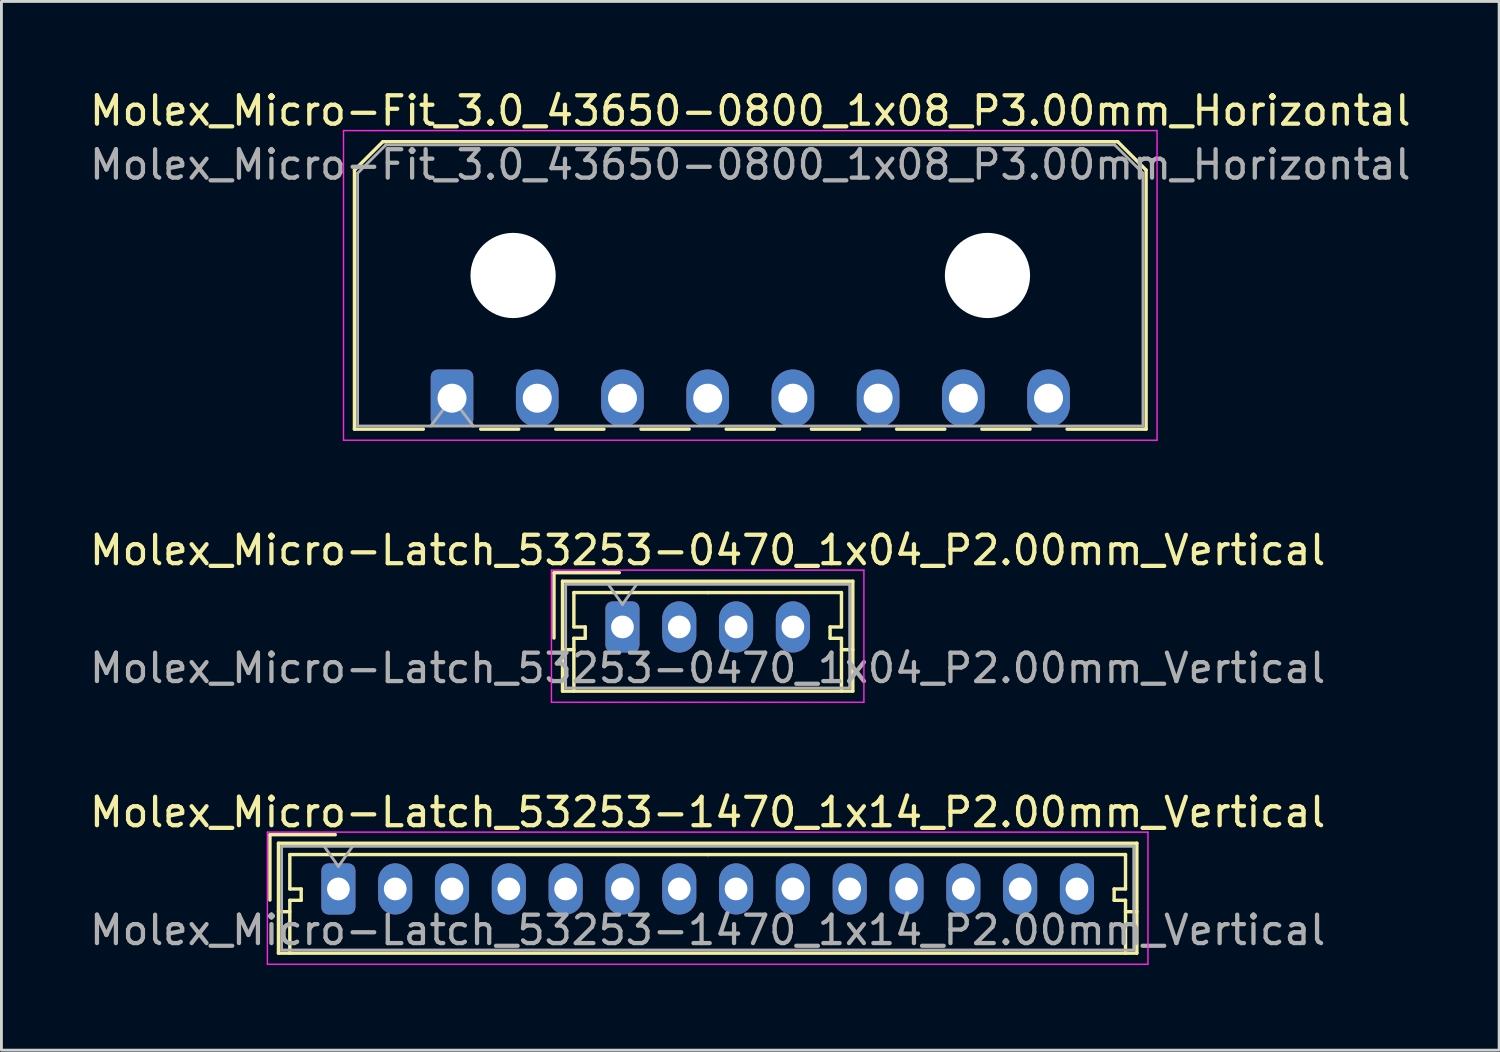
<source format=kicad_pcb>
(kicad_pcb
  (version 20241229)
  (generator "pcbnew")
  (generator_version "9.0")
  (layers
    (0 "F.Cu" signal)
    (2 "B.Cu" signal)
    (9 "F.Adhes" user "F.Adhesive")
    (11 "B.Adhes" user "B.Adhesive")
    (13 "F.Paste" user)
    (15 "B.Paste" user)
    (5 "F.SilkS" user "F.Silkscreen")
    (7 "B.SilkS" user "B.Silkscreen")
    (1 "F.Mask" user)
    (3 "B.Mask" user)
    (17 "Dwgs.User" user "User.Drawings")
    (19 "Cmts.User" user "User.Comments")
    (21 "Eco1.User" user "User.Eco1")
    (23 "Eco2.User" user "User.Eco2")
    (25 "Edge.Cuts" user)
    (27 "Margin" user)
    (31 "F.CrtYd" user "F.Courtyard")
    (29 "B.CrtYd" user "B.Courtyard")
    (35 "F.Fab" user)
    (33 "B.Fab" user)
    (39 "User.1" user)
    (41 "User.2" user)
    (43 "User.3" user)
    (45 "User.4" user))
  (footprint "Molex_Micro-Latch_53253-0470_1x04_P2.00mm_Vertical"
    (layer "F.Cu")
    (at 18.863 19.021)
    (property "Reference" "Molex_Micro-Latch_53253-0470_1x04_P2.00mm_Vertical" (at 3 -2.7 0) (layer "F.SilkS") (effects (font (size 1 1) (thickness 0.15))))
    (attr through_hole)
    (fp_line (start -2.41 -1.91) (end -2.41 0.39) (stroke (width 0.12) (type solid)) (layer "F.SilkS"))
    (fp_line (start -2.11 -1.61) (end -2.11 2.26) (stroke (width 0.12) (type solid)) (layer "F.SilkS"))
    (fp_line (start -2.11 0.8) (end -1.71 0.8) (stroke (width 0.12) (type solid)) (layer "F.SilkS"))
    (fp_line (start -2.11 2.26) (end 8.11 2.26) (stroke (width 0.12) (type solid)) (layer "F.SilkS"))
    (fp_line (start -1.71 -1.21) (end -1.71 0) (stroke (width 0.12) (type solid)) (layer "F.SilkS"))
    (fp_line (start -1.71 0) (end -1.31 0) (stroke (width 0.12) (type solid)) (layer "F.SilkS"))
    (fp_line (start -1.71 0.4) (end -1.71 2.26) (stroke (width 0.12) (type solid)) (layer "F.SilkS"))
    (fp_line (start -1.31 0) (end -1.31 0.4) (stroke (width 0.12) (type solid)) (layer "F.SilkS"))
    (fp_line (start -1.31 0.4) (end -1.71 0.4) (stroke (width 0.12) (type solid)) (layer "F.SilkS"))
    (fp_line (start -0.11 -1.91) (end -2.41 -1.91) (stroke (width 0.12) (type solid)) (layer "F.SilkS"))
    (fp_line (start 3 -1.21) (end -1.71 -1.21) (stroke (width 0.12) (type solid)) (layer "F.SilkS"))
    (fp_line (start 3 -1.21) (end 7.71 -1.21) (stroke (width 0.12) (type solid)) (layer "F.SilkS"))
    (fp_line (start 7.31 0) (end 7.31 0.4) (stroke (width 0.12) (type solid)) (layer "F.SilkS"))
    (fp_line (start 7.31 0.4) (end 7.71 0.4) (stroke (width 0.12) (type solid)) (layer "F.SilkS"))
    (fp_line (start 7.71 -1.21) (end 7.71 0) (stroke (width 0.12) (type solid)) (layer "F.SilkS"))
    (fp_line (start 7.71 0) (end 7.31 0) (stroke (width 0.12) (type solid)) (layer "F.SilkS"))
    (fp_line (start 7.71 0.4) (end 7.71 2.26) (stroke (width 0.12) (type solid)) (layer "F.SilkS"))
    (fp_line (start 8.11 -1.61) (end -2.11 -1.61) (stroke (width 0.12) (type solid)) (layer "F.SilkS"))
    (fp_line (start 8.11 0.8) (end 7.71 0.8) (stroke (width 0.12) (type solid)) (layer "F.SilkS"))
    (fp_line (start 8.11 2.26) (end 8.11 -1.61) (stroke (width 0.12) (type solid)) (layer "F.SilkS"))
    (fp_line (start -2.5 -2) (end -2.5 2.65) (stroke (width 0.05) (type solid)) (layer "F.CrtYd"))
    (fp_line (start -2.5 2.65) (end 8.5 2.65) (stroke (width 0.05) (type solid)) (layer "F.CrtYd"))
    (fp_line (start 8.5 -2) (end -2.5 -2) (stroke (width 0.05) (type solid)) (layer "F.CrtYd"))
    (fp_line (start 8.5 2.65) (end 8.5 -2) (stroke (width 0.05) (type solid)) (layer "F.CrtYd"))
    (fp_line (start -2 -1.5) (end -2 2.15) (stroke (width 0.1) (type solid)) (layer "F.Fab"))
    (fp_line (start -2 2.15) (end 8 2.15) (stroke (width 0.1) (type solid)) (layer "F.Fab"))
    (fp_line (start -0.5 -1.5) (end 0 -0.793) (stroke (width 0.1) (type solid)) (layer "F.Fab"))
    (fp_line (start 0 -0.793) (end 0.5 -1.5) (stroke (width 0.1) (type solid)) (layer "F.Fab"))
    (fp_line (start 8 -1.5) (end -2 -1.5) (stroke (width 0.1) (type solid)) (layer "F.Fab"))
    (fp_line (start 8 2.15) (end 8 -1.5) (stroke (width 0.1) (type solid)) (layer "F.Fab"))
    (fp_text user "${REFERENCE}" (at 3 1.45 0) (layer "F.Fab") (effects (font (size 1 1) (thickness 0.15))))
    (pad "1" thru_hole roundrect (at 0 0) (size 1.2 1.8) (drill 0.8) (layers "*.Cu" "*.Mask") (roundrect_rratio 0.208))
    (pad "2" thru_hole oval (at 2 0) (size 1.2 1.8) (drill 0.8) (layers "*.Cu" "*.Mask"))
    (pad "3" thru_hole oval (at 4 0) (size 1.2 1.8) (drill 0.8) (layers "*.Cu" "*.Mask"))
    (pad "4" thru_hole oval (at 6 0) (size 1.2 1.8) (drill 0.8) (layers "*.Cu" "*.Mask")))
  (footprint "Molex_Micro-Latch_53253-1470_1x14_P2.00mm_Vertical"
    (layer "F.Cu")
    (at 8.863 28.245)
    (property "Reference" "Molex_Micro-Latch_53253-1470_1x14_P2.00mm_Vertical" (at 13 -2.7 0) (layer "F.SilkS") (effects (font (size 1 1) (thickness 0.15))))
    (attr through_hole)
    (fp_line (start -2.41 -1.91) (end -2.41 0.39) (stroke (width 0.12) (type solid)) (layer "F.SilkS"))
    (fp_line (start -2.11 -1.61) (end -2.11 2.26) (stroke (width 0.12) (type solid)) (layer "F.SilkS"))
    (fp_line (start -2.11 0.8) (end -1.71 0.8) (stroke (width 0.12) (type solid)) (layer "F.SilkS"))
    (fp_line (start -2.11 2.26) (end 28.11 2.26) (stroke (width 0.12) (type solid)) (layer "F.SilkS"))
    (fp_line (start -1.71 -1.21) (end -1.71 0) (stroke (width 0.12) (type solid)) (layer "F.SilkS"))
    (fp_line (start -1.71 0) (end -1.31 0) (stroke (width 0.12) (type solid)) (layer "F.SilkS"))
    (fp_line (start -1.71 0.4) (end -1.71 2.26) (stroke (width 0.12) (type solid)) (layer "F.SilkS"))
    (fp_line (start -1.31 0) (end -1.31 0.4) (stroke (width 0.12) (type solid)) (layer "F.SilkS"))
    (fp_line (start -1.31 0.4) (end -1.71 0.4) (stroke (width 0.12) (type solid)) (layer "F.SilkS"))
    (fp_line (start -0.11 -1.91) (end -2.41 -1.91) (stroke (width 0.12) (type solid)) (layer "F.SilkS"))
    (fp_line (start 13 -1.21) (end -1.71 -1.21) (stroke (width 0.12) (type solid)) (layer "F.SilkS"))
    (fp_line (start 13 -1.21) (end 27.71 -1.21) (stroke (width 0.12) (type solid)) (layer "F.SilkS"))
    (fp_line (start 27.31 0) (end 27.31 0.4) (stroke (width 0.12) (type solid)) (layer "F.SilkS"))
    (fp_line (start 27.31 0.4) (end 27.71 0.4) (stroke (width 0.12) (type solid)) (layer "F.SilkS"))
    (fp_line (start 27.71 -1.21) (end 27.71 0) (stroke (width 0.12) (type solid)) (layer "F.SilkS"))
    (fp_line (start 27.71 0) (end 27.31 0) (stroke (width 0.12) (type solid)) (layer "F.SilkS"))
    (fp_line (start 27.71 0.4) (end 27.71 2.26) (stroke (width 0.12) (type solid)) (layer "F.SilkS"))
    (fp_line (start 28.11 -1.61) (end -2.11 -1.61) (stroke (width 0.12) (type solid)) (layer "F.SilkS"))
    (fp_line (start 28.11 0.8) (end 27.71 0.8) (stroke (width 0.12) (type solid)) (layer "F.SilkS"))
    (fp_line (start 28.11 2.26) (end 28.11 -1.61) (stroke (width 0.12) (type solid)) (layer "F.SilkS"))
    (fp_line (start -2.5 -2) (end -2.5 2.65) (stroke (width 0.05) (type solid)) (layer "F.CrtYd"))
    (fp_line (start -2.5 2.65) (end 28.5 2.65) (stroke (width 0.05) (type solid)) (layer "F.CrtYd"))
    (fp_line (start 28.5 -2) (end -2.5 -2) (stroke (width 0.05) (type solid)) (layer "F.CrtYd"))
    (fp_line (start 28.5 2.65) (end 28.5 -2) (stroke (width 0.05) (type solid)) (layer "F.CrtYd"))
    (fp_line (start -2 -1.5) (end -2 2.15) (stroke (width 0.1) (type solid)) (layer "F.Fab"))
    (fp_line (start -2 2.15) (end 28 2.15) (stroke (width 0.1) (type solid)) (layer "F.Fab"))
    (fp_line (start -0.5 -1.5) (end 0 -0.793) (stroke (width 0.1) (type solid)) (layer "F.Fab"))
    (fp_line (start 0 -0.793) (end 0.5 -1.5) (stroke (width 0.1) (type solid)) (layer "F.Fab"))
    (fp_line (start 28 -1.5) (end -2 -1.5) (stroke (width 0.1) (type solid)) (layer "F.Fab"))
    (fp_line (start 28 2.15) (end 28 -1.5) (stroke (width 0.1) (type solid)) (layer "F.Fab"))
    (fp_text user "${REFERENCE}" (at 13 1.45 0) (layer "F.Fab") (effects (font (size 1 1) (thickness 0.15))))
    (pad "1" thru_hole roundrect (at 0 0) (size 1.2 1.8) (drill 0.8) (layers "*.Cu" "*.Mask") (roundrect_rratio 0.208))
    (pad "2" thru_hole oval (at 2 0) (size 1.2 1.8) (drill 0.8) (layers "*.Cu" "*.Mask"))
    (pad "3" thru_hole oval (at 4 0) (size 1.2 1.8) (drill 0.8) (layers "*.Cu" "*.Mask"))
    (pad "4" thru_hole oval (at 6 0) (size 1.2 1.8) (drill 0.8) (layers "*.Cu" "*.Mask"))
    (pad "5" thru_hole oval (at 8 0) (size 1.2 1.8) (drill 0.8) (layers "*.Cu" "*.Mask"))
    (pad "6" thru_hole oval (at 10 0) (size 1.2 1.8) (drill 0.8) (layers "*.Cu" "*.Mask"))
    (pad "7" thru_hole oval (at 12 0) (size 1.2 1.8) (drill 0.8) (layers "*.Cu" "*.Mask"))
    (pad "8" thru_hole oval (at 14 0) (size 1.2 1.8) (drill 0.8) (layers "*.Cu" "*.Mask"))
    (pad "9" thru_hole oval (at 16 0) (size 1.2 1.8) (drill 0.8) (layers "*.Cu" "*.Mask"))
    (pad "10" thru_hole oval (at 18 0) (size 1.2 1.8) (drill 0.8) (layers "*.Cu" "*.Mask"))
    (pad "11" thru_hole oval (at 20 0) (size 1.2 1.8) (drill 0.8) (layers "*.Cu" "*.Mask"))
    (pad "12" thru_hole oval (at 22 0) (size 1.2 1.8) (drill 0.8) (layers "*.Cu" "*.Mask"))
    (pad "13" thru_hole oval (at 24 0) (size 1.2 1.8) (drill 0.8) (layers "*.Cu" "*.Mask"))
    (pad "14" thru_hole oval (at 26 0) (size 1.2 1.8) (drill 0.8) (layers "*.Cu" "*.Mask")))
  (footprint "Molex_Micro-Fit_3.0_43650-0800_1x08_P3.00mm_Horizontal"
    (layer "F.Cu")
    (at 12.863 10.968)
    (property "Reference" "Molex_Micro-Fit_3.0_43650-0800_1x08_P3.00mm_Horizontal" (at 10.5 -10.12 0) (layer "F.SilkS") (effects (font (size 1 1) (thickness 0.15))))
    (attr through_hole)
    (fp_line (start -3.435 -8.03) (end -2.435 -9.03) (stroke (width 0.12) (type solid)) (layer "F.SilkS"))
    (fp_line (start -3.435 1.09) (end -3.435 -8.03) (stroke (width 0.12) (type solid)) (layer "F.SilkS"))
    (fp_line (start -3.435 1.09) (end -1.01 1.09) (stroke (width 0.12) (type solid)) (layer "F.SilkS"))
    (fp_line (start -2.435 -9.03) (end 23.435 -9.03) (stroke (width 0.12) (type solid)) (layer "F.SilkS"))
    (fp_line (start 1.01 1.09) (end 2.348 1.09) (stroke (width 0.12) (type solid)) (layer "F.SilkS"))
    (fp_line (start 3.652 1.09) (end 5.348 1.09) (stroke (width 0.12) (type solid)) (layer "F.SilkS"))
    (fp_line (start 6.652 1.09) (end 8.348 1.09) (stroke (width 0.12) (type solid)) (layer "F.SilkS"))
    (fp_line (start 9.652 1.09) (end 11.348 1.09) (stroke (width 0.12) (type solid)) (layer "F.SilkS"))
    (fp_line (start 12.652 1.09) (end 14.348 1.09) (stroke (width 0.12) (type solid)) (layer "F.SilkS"))
    (fp_line (start 15.652 1.09) (end 17.348 1.09) (stroke (width 0.12) (type solid)) (layer "F.SilkS"))
    (fp_line (start 18.652 1.09) (end 20.348 1.09) (stroke (width 0.12) (type solid)) (layer "F.SilkS"))
    (fp_line (start 23.435 -9.03) (end 24.435 -8.03) (stroke (width 0.12) (type solid)) (layer "F.SilkS"))
    (fp_line (start 24.435 -8.03) (end 24.435 1.09) (stroke (width 0.12) (type solid)) (layer "F.SilkS"))
    (fp_line (start 24.435 1.09) (end 21.652 1.09) (stroke (width 0.12) (type solid)) (layer "F.SilkS"))
    (fp_line (start -3.82 -9.42) (end 24.82 -9.42) (stroke (width 0.05) (type solid)) (layer "F.CrtYd"))
    (fp_line (start -3.82 1.48) (end -3.82 -9.42) (stroke (width 0.05) (type solid)) (layer "F.CrtYd"))
    (fp_line (start 24.82 -9.42) (end 24.82 1.48) (stroke (width 0.05) (type solid)) (layer "F.CrtYd"))
    (fp_line (start 24.82 1.48) (end -3.82 1.48) (stroke (width 0.05) (type solid)) (layer "F.CrtYd"))
    (fp_line (start -3.325 -7.92) (end -2.325 -8.92) (stroke (width 0.1) (type solid)) (layer "F.Fab"))
    (fp_line (start -3.325 0.98) (end -3.325 -7.92) (stroke (width 0.1) (type solid)) (layer "F.Fab"))
    (fp_line (start -2.325 -8.92) (end 23.325 -8.92) (stroke (width 0.1) (type solid)) (layer "F.Fab"))
    (fp_line (start -0.75 0.98) (end 0 0) (stroke (width 0.1) (type solid)) (layer "F.Fab"))
    (fp_line (start 0 0) (end 0.75 0.98) (stroke (width 0.1) (type solid)) (layer "F.Fab"))
    (fp_line (start 23.325 -8.92) (end 24.325 -7.92) (stroke (width 0.1) (type solid)) (layer "F.Fab"))
    (fp_line (start 24.325 -7.92) (end 24.325 0.98) (stroke (width 0.1) (type solid)) (layer "F.Fab"))
    (fp_line (start 24.325 0.98) (end -3.325 0.98) (stroke (width 0.1) (type solid)) (layer "F.Fab"))
    (fp_text user "${REFERENCE}" (at 10.5 -8.22 0) (layer "F.Fab") (effects (font (size 1 1) (thickness 0.15))))
    (pad "" np_thru_hole circle (at 2.15 -4.32) (size 3 3) (drill 3) (layers "*.Cu" "*.Mask"))
    (pad "" np_thru_hole circle (at 18.85 -4.32) (size 3 3) (drill 3) (layers "*.Cu" "*.Mask"))
    (pad "1" thru_hole roundrect (at 0 0) (size 1.5 2.02) (drill 1.02) (layers "*.Cu" "*.Mask") (roundrect_rratio 0.167))
    (pad "2" thru_hole oval (at 3 0) (size 1.5 2.02) (drill 1.02) (layers "*.Cu" "*.Mask"))
    (pad "3" thru_hole oval (at 6 0) (size 1.5 2.02) (drill 1.02) (layers "*.Cu" "*.Mask"))
    (pad "4" thru_hole oval (at 9 0) (size 1.5 2.02) (drill 1.02) (layers "*.Cu" "*.Mask"))
    (pad "5" thru_hole oval (at 12 0) (size 1.5 2.02) (drill 1.02) (layers "*.Cu" "*.Mask"))
    (pad "6" thru_hole oval (at 15 0) (size 1.5 2.02) (drill 1.02) (layers "*.Cu" "*.Mask"))
    (pad "7" thru_hole oval (at 18 0) (size 1.5 2.02) (drill 1.02) (layers "*.Cu" "*.Mask"))
    (pad "8" thru_hole oval (at 21 0) (size 1.5 2.02) (drill 1.02) (layers "*.Cu" "*.Mask")))
  (gr_rect
    (start -3 -3)
    (end 49.726 33.92)
    (stroke (width 0.1) (type default))
    (fill no)
    (layer "Edge.Cuts")))
</source>
